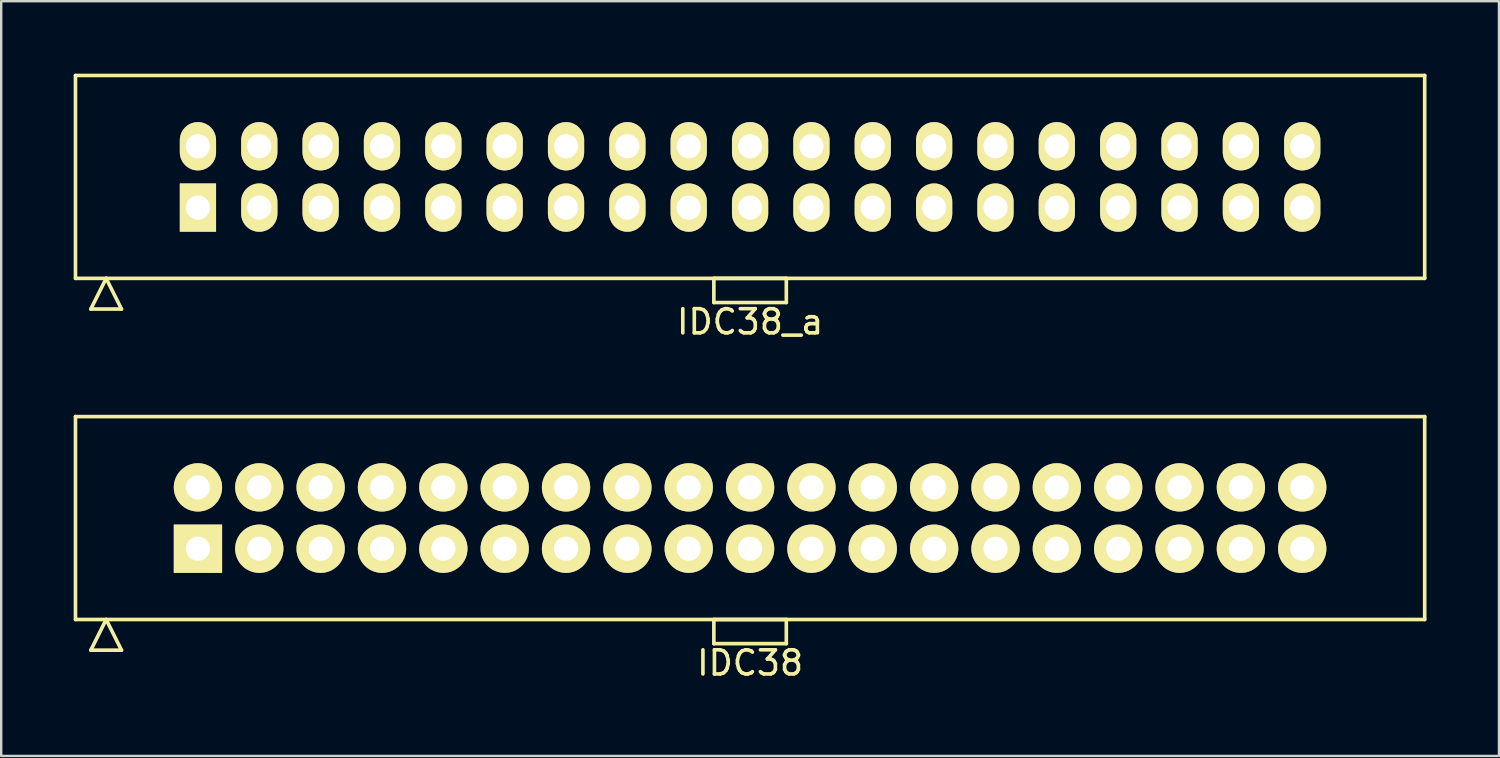
<source format=kicad_pcb>
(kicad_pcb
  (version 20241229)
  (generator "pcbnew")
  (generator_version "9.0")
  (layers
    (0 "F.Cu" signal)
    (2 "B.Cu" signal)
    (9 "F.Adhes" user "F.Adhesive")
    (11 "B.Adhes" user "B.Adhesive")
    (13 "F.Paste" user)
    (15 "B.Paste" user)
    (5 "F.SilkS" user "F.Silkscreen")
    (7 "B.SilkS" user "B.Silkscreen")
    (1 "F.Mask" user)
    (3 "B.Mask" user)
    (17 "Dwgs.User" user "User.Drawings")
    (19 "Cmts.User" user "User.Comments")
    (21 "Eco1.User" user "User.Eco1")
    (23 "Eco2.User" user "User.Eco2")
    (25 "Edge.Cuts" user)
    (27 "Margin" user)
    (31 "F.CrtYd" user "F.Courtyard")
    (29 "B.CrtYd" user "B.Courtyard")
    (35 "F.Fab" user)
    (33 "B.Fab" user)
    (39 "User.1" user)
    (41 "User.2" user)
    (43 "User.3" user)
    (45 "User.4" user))
  (footprint "IDC38_a"
    (layer "F.Cu")
    (at 28.005 4.275)
    (property "Reference" "IDC38_a" (at 0 6 0) (layer "F.SilkS") (effects (font (size 1 1) (thickness 0.15))))
    (attr through_hole)
    (fp_line (start -27.93 -4.2) (end -27.93 4.2) (stroke (width 0.15) (type solid)) (layer "F.SilkS"))
    (fp_line (start -27.93 4.2) (end 27.93 4.2) (stroke (width 0.15) (type solid)) (layer "F.SilkS"))
    (fp_line (start -27.295 5.47) (end -26.66 4.2) (stroke (width 0.15) (type solid)) (layer "F.SilkS"))
    (fp_line (start -27.295 5.47) (end -26.025 5.47) (stroke (width 0.15) (type solid)) (layer "F.SilkS"))
    (fp_line (start -26.025 5.47) (end -26.66 4.2) (stroke (width 0.15) (type solid)) (layer "F.SilkS"))
    (fp_line (start -1.5 4.2) (end -1.5 5.2) (stroke (width 0.15) (type solid)) (layer "F.SilkS"))
    (fp_line (start -1.5 5.2) (end 1.5 5.2) (stroke (width 0.15) (type solid)) (layer "F.SilkS"))
    (fp_line (start 1.5 4.2) (end -1.5 4.2) (stroke (width 0.15) (type solid)) (layer "F.SilkS"))
    (fp_line (start 1.5 5.2) (end 1.5 4.2) (stroke (width 0.15) (type solid)) (layer "F.SilkS"))
    (fp_line (start 27.93 -4.2) (end -27.93 -4.2) (stroke (width 0.15) (type solid)) (layer "F.SilkS"))
    (fp_line (start 27.93 4.2) (end 27.93 -4.2) (stroke (width 0.15) (type solid)) (layer "F.SilkS"))
    (pad "1" thru_hole rect (at -22.86 1.27) (size 1.5 2) (drill 1) (layers "*.Cu" "*.Mask" "F.SilkS"))
    (pad "2" thru_hole oval (at -22.86 -1.27) (size 1.5 2) (drill 1) (layers "*.Cu" "*.Mask" "F.SilkS"))
    (pad "3" thru_hole oval (at -20.32 1.27) (size 1.5 2) (drill 1) (layers "*.Cu" "*.Mask" "F.SilkS"))
    (pad "4" thru_hole oval (at -20.32 -1.27) (size 1.5 2) (drill 1) (layers "*.Cu" "*.Mask" "F.SilkS"))
    (pad "5" thru_hole oval (at -17.78 1.27) (size 1.5 2) (drill 1) (layers "*.Cu" "*.Mask" "F.SilkS"))
    (pad "6" thru_hole oval (at -17.78 -1.27) (size 1.5 2) (drill 1) (layers "*.Cu" "*.Mask" "F.SilkS"))
    (pad "7" thru_hole oval (at -15.24 1.27) (size 1.5 2) (drill 1) (layers "*.Cu" "*.Mask" "F.SilkS"))
    (pad "8" thru_hole oval (at -15.24 -1.27) (size 1.5 2) (drill 1) (layers "*.Cu" "*.Mask" "F.SilkS"))
    (pad "9" thru_hole oval (at -12.7 1.27) (size 1.5 2) (drill 1) (layers "*.Cu" "*.Mask" "F.SilkS"))
    (pad "10" thru_hole oval (at -12.7 -1.27) (size 1.5 2) (drill 1) (layers "*.Cu" "*.Mask" "F.SilkS"))
    (pad "11" thru_hole oval (at -10.16 1.27) (size 1.5 2) (drill 1) (layers "*.Cu" "*.Mask" "F.SilkS"))
    (pad "12" thru_hole oval (at -10.16 -1.27) (size 1.5 2) (drill 1) (layers "*.Cu" "*.Mask" "F.SilkS"))
    (pad "13" thru_hole oval (at -7.62 1.27) (size 1.5 2) (drill 1) (layers "*.Cu" "*.Mask" "F.SilkS"))
    (pad "14" thru_hole oval (at -7.62 -1.27) (size 1.5 2) (drill 1) (layers "*.Cu" "*.Mask" "F.SilkS"))
    (pad "15" thru_hole oval (at -5.08 1.27) (size 1.5 2) (drill 1) (layers "*.Cu" "*.Mask" "F.SilkS"))
    (pad "16" thru_hole oval (at -5.08 -1.27) (size 1.5 2) (drill 1) (layers "*.Cu" "*.Mask" "F.SilkS"))
    (pad "17" thru_hole oval (at -2.54 1.27) (size 1.5 2) (drill 1) (layers "*.Cu" "*.Mask" "F.SilkS"))
    (pad "18" thru_hole oval (at -2.54 -1.27) (size 1.5 2) (drill 1) (layers "*.Cu" "*.Mask" "F.SilkS"))
    (pad "19" thru_hole oval (at 0 1.27) (size 1.5 2) (drill 1) (layers "*.Cu" "*.Mask" "F.SilkS"))
    (pad "20" thru_hole oval (at 0 -1.27) (size 1.5 2) (drill 1) (layers "*.Cu" "*.Mask" "F.SilkS"))
    (pad "21" thru_hole oval (at 2.54 1.27) (size 1.5 2) (drill 1) (layers "*.Cu" "*.Mask" "F.SilkS"))
    (pad "22" thru_hole oval (at 2.54 -1.27) (size 1.5 2) (drill 1) (layers "*.Cu" "*.Mask" "F.SilkS"))
    (pad "23" thru_hole oval (at 5.08 1.27) (size 1.5 2) (drill 1) (layers "*.Cu" "*.Mask" "F.SilkS"))
    (pad "24" thru_hole oval (at 5.08 -1.27) (size 1.5 2) (drill 1) (layers "*.Cu" "*.Mask" "F.SilkS"))
    (pad "25" thru_hole oval (at 7.62 1.27) (size 1.5 2) (drill 1) (layers "*.Cu" "*.Mask" "F.SilkS"))
    (pad "26" thru_hole oval (at 7.62 -1.27) (size 1.5 2) (drill 1) (layers "*.Cu" "*.Mask" "F.SilkS"))
    (pad "27" thru_hole oval (at 10.16 1.27) (size 1.5 2) (drill 1) (layers "*.Cu" "*.Mask" "F.SilkS"))
    (pad "28" thru_hole oval (at 10.16 -1.27) (size 1.5 2) (drill 1) (layers "*.Cu" "*.Mask" "F.SilkS"))
    (pad "29" thru_hole oval (at 12.7 1.27) (size 1.5 2) (drill 1) (layers "*.Cu" "*.Mask" "F.SilkS"))
    (pad "30" thru_hole oval (at 12.7 -1.27) (size 1.5 2) (drill 1) (layers "*.Cu" "*.Mask" "F.SilkS"))
    (pad "31" thru_hole oval (at 15.24 1.27) (size 1.5 2) (drill 1) (layers "*.Cu" "*.Mask" "F.SilkS"))
    (pad "32" thru_hole oval (at 15.24 -1.27) (size 1.5 2) (drill 1) (layers "*.Cu" "*.Mask" "F.SilkS"))
    (pad "33" thru_hole oval (at 17.78 1.27) (size 1.5 2) (drill 1) (layers "*.Cu" "*.Mask" "F.SilkS"))
    (pad "34" thru_hole oval (at 17.78 -1.27) (size 1.5 2) (drill 1) (layers "*.Cu" "*.Mask" "F.SilkS"))
    (pad "35" thru_hole oval (at 20.32 1.27) (size 1.5 2) (drill 1) (layers "*.Cu" "*.Mask" "F.SilkS"))
    (pad "36" thru_hole oval (at 20.32 -1.27) (size 1.5 2) (drill 1) (layers "*.Cu" "*.Mask" "F.SilkS"))
    (pad "37" thru_hole oval (at 22.86 1.27) (size 1.5 2) (drill 1) (layers "*.Cu" "*.Mask" "F.SilkS"))
    (pad "38" thru_hole oval (at 22.86 -1.27) (size 1.5 2) (drill 1) (layers "*.Cu" "*.Mask" "F.SilkS")))
  (footprint "IDC38"
    (layer "F.Cu")
    (at 28.005 18.398)
    (property "Reference" "IDC38" (at 0 6 0) (layer "F.SilkS") (effects (font (size 1 1) (thickness 0.15))))
    (attr through_hole)
    (fp_line (start -27.93 -4.2) (end -27.93 4.2) (stroke (width 0.15) (type solid)) (layer "F.SilkS"))
    (fp_line (start -27.93 4.2) (end 27.93 4.2) (stroke (width 0.15) (type solid)) (layer "F.SilkS"))
    (fp_line (start -27.295 5.47) (end -26.66 4.2) (stroke (width 0.15) (type solid)) (layer "F.SilkS"))
    (fp_line (start -27.295 5.47) (end -26.025 5.47) (stroke (width 0.15) (type solid)) (layer "F.SilkS"))
    (fp_line (start -26.025 5.47) (end -26.66 4.2) (stroke (width 0.15) (type solid)) (layer "F.SilkS"))
    (fp_line (start -1.5 4.2) (end -1.5 5.2) (stroke (width 0.15) (type solid)) (layer "F.SilkS"))
    (fp_line (start -1.5 5.2) (end 1.5 5.2) (stroke (width 0.15) (type solid)) (layer "F.SilkS"))
    (fp_line (start 1.5 4.2) (end -1.5 4.2) (stroke (width 0.15) (type solid)) (layer "F.SilkS"))
    (fp_line (start 1.5 5.2) (end 1.5 4.2) (stroke (width 0.15) (type solid)) (layer "F.SilkS"))
    (fp_line (start 27.93 -4.2) (end -27.93 -4.2) (stroke (width 0.15) (type solid)) (layer "F.SilkS"))
    (fp_line (start 27.93 4.2) (end 27.93 -4.2) (stroke (width 0.15) (type solid)) (layer "F.SilkS"))
    (pad "1" thru_hole rect (at -22.86 1.27) (size 2 2) (drill 1) (layers "*.Cu" "*.Mask" "F.SilkS"))
    (pad "2" thru_hole oval (at -22.86 -1.27) (size 2 2) (drill 1) (layers "*.Cu" "*.Mask" "F.SilkS"))
    (pad "3" thru_hole oval (at -20.32 1.27) (size 2 2) (drill 1) (layers "*.Cu" "*.Mask" "F.SilkS"))
    (pad "4" thru_hole oval (at -20.32 -1.27) (size 2 2) (drill 1) (layers "*.Cu" "*.Mask" "F.SilkS"))
    (pad "5" thru_hole oval (at -17.78 1.27) (size 2 2) (drill 1) (layers "*.Cu" "*.Mask" "F.SilkS"))
    (pad "6" thru_hole oval (at -17.78 -1.27) (size 2 2) (drill 1) (layers "*.Cu" "*.Mask" "F.SilkS"))
    (pad "7" thru_hole oval (at -15.24 1.27) (size 2 2) (drill 1) (layers "*.Cu" "*.Mask" "F.SilkS"))
    (pad "8" thru_hole oval (at -15.24 -1.27) (size 2 2) (drill 1) (layers "*.Cu" "*.Mask" "F.SilkS"))
    (pad "9" thru_hole oval (at -12.7 1.27) (size 2 2) (drill 1) (layers "*.Cu" "*.Mask" "F.SilkS"))
    (pad "10" thru_hole oval (at -12.7 -1.27) (size 2 2) (drill 1) (layers "*.Cu" "*.Mask" "F.SilkS"))
    (pad "11" thru_hole oval (at -10.16 1.27) (size 2 2) (drill 1) (layers "*.Cu" "*.Mask" "F.SilkS"))
    (pad "12" thru_hole oval (at -10.16 -1.27) (size 2 2) (drill 1) (layers "*.Cu" "*.Mask" "F.SilkS"))
    (pad "13" thru_hole oval (at -7.62 1.27) (size 2 2) (drill 1) (layers "*.Cu" "*.Mask" "F.SilkS"))
    (pad "14" thru_hole oval (at -7.62 -1.27) (size 2 2) (drill 1) (layers "*.Cu" "*.Mask" "F.SilkS"))
    (pad "15" thru_hole oval (at -5.08 1.27) (size 2 2) (drill 1) (layers "*.Cu" "*.Mask" "F.SilkS"))
    (pad "16" thru_hole oval (at -5.08 -1.27) (size 2 2) (drill 1) (layers "*.Cu" "*.Mask" "F.SilkS"))
    (pad "17" thru_hole oval (at -2.54 1.27) (size 2 2) (drill 1) (layers "*.Cu" "*.Mask" "F.SilkS"))
    (pad "18" thru_hole oval (at -2.54 -1.27) (size 2 2) (drill 1) (layers "*.Cu" "*.Mask" "F.SilkS"))
    (pad "19" thru_hole oval (at 0 1.27) (size 2 2) (drill 1) (layers "*.Cu" "*.Mask" "F.SilkS"))
    (pad "20" thru_hole oval (at 0 -1.27) (size 2 2) (drill 1) (layers "*.Cu" "*.Mask" "F.SilkS"))
    (pad "21" thru_hole oval (at 2.54 1.27) (size 2 2) (drill 1) (layers "*.Cu" "*.Mask" "F.SilkS"))
    (pad "22" thru_hole oval (at 2.54 -1.27) (size 2 2) (drill 1) (layers "*.Cu" "*.Mask" "F.SilkS"))
    (pad "23" thru_hole oval (at 5.08 1.27) (size 2 2) (drill 1) (layers "*.Cu" "*.Mask" "F.SilkS"))
    (pad "24" thru_hole oval (at 5.08 -1.27) (size 2 2) (drill 1) (layers "*.Cu" "*.Mask" "F.SilkS"))
    (pad "25" thru_hole oval (at 7.62 1.27) (size 2 2) (drill 1) (layers "*.Cu" "*.Mask" "F.SilkS"))
    (pad "26" thru_hole oval (at 7.62 -1.27) (size 2 2) (drill 1) (layers "*.Cu" "*.Mask" "F.SilkS"))
    (pad "27" thru_hole oval (at 10.16 1.27) (size 2 2) (drill 1) (layers "*.Cu" "*.Mask" "F.SilkS"))
    (pad "28" thru_hole oval (at 10.16 -1.27) (size 2 2) (drill 1) (layers "*.Cu" "*.Mask" "F.SilkS"))
    (pad "29" thru_hole oval (at 12.7 1.27) (size 2 2) (drill 1) (layers "*.Cu" "*.Mask" "F.SilkS"))
    (pad "30" thru_hole oval (at 12.7 -1.27) (size 2 2) (drill 1) (layers "*.Cu" "*.Mask" "F.SilkS"))
    (pad "31" thru_hole oval (at 15.24 1.27) (size 2 2) (drill 1) (layers "*.Cu" "*.Mask" "F.SilkS"))
    (pad "32" thru_hole oval (at 15.24 -1.27) (size 2 2) (drill 1) (layers "*.Cu" "*.Mask" "F.SilkS"))
    (pad "33" thru_hole oval (at 17.78 1.27) (size 2 2) (drill 1) (layers "*.Cu" "*.Mask" "F.SilkS"))
    (pad "34" thru_hole oval (at 17.78 -1.27) (size 2 2) (drill 1) (layers "*.Cu" "*.Mask" "F.SilkS"))
    (pad "35" thru_hole oval (at 20.32 1.27) (size 2 2) (drill 1) (layers "*.Cu" "*.Mask" "F.SilkS"))
    (pad "36" thru_hole oval (at 20.32 -1.27) (size 2 2) (drill 1) (layers "*.Cu" "*.Mask" "F.SilkS"))
    (pad "37" thru_hole oval (at 22.86 1.27) (size 2 2) (drill 1) (layers "*.Cu" "*.Mask" "F.SilkS"))
    (pad "38" thru_hole oval (at 22.86 -1.27) (size 2 2) (drill 1) (layers "*.Cu" "*.Mask" "F.SilkS")))
  (gr_rect
    (start -3 -3)
    (end 59.01 28.247)
    (stroke (width 0.1) (type default))
    (fill no)
    (layer "Edge.Cuts")))
</source>
